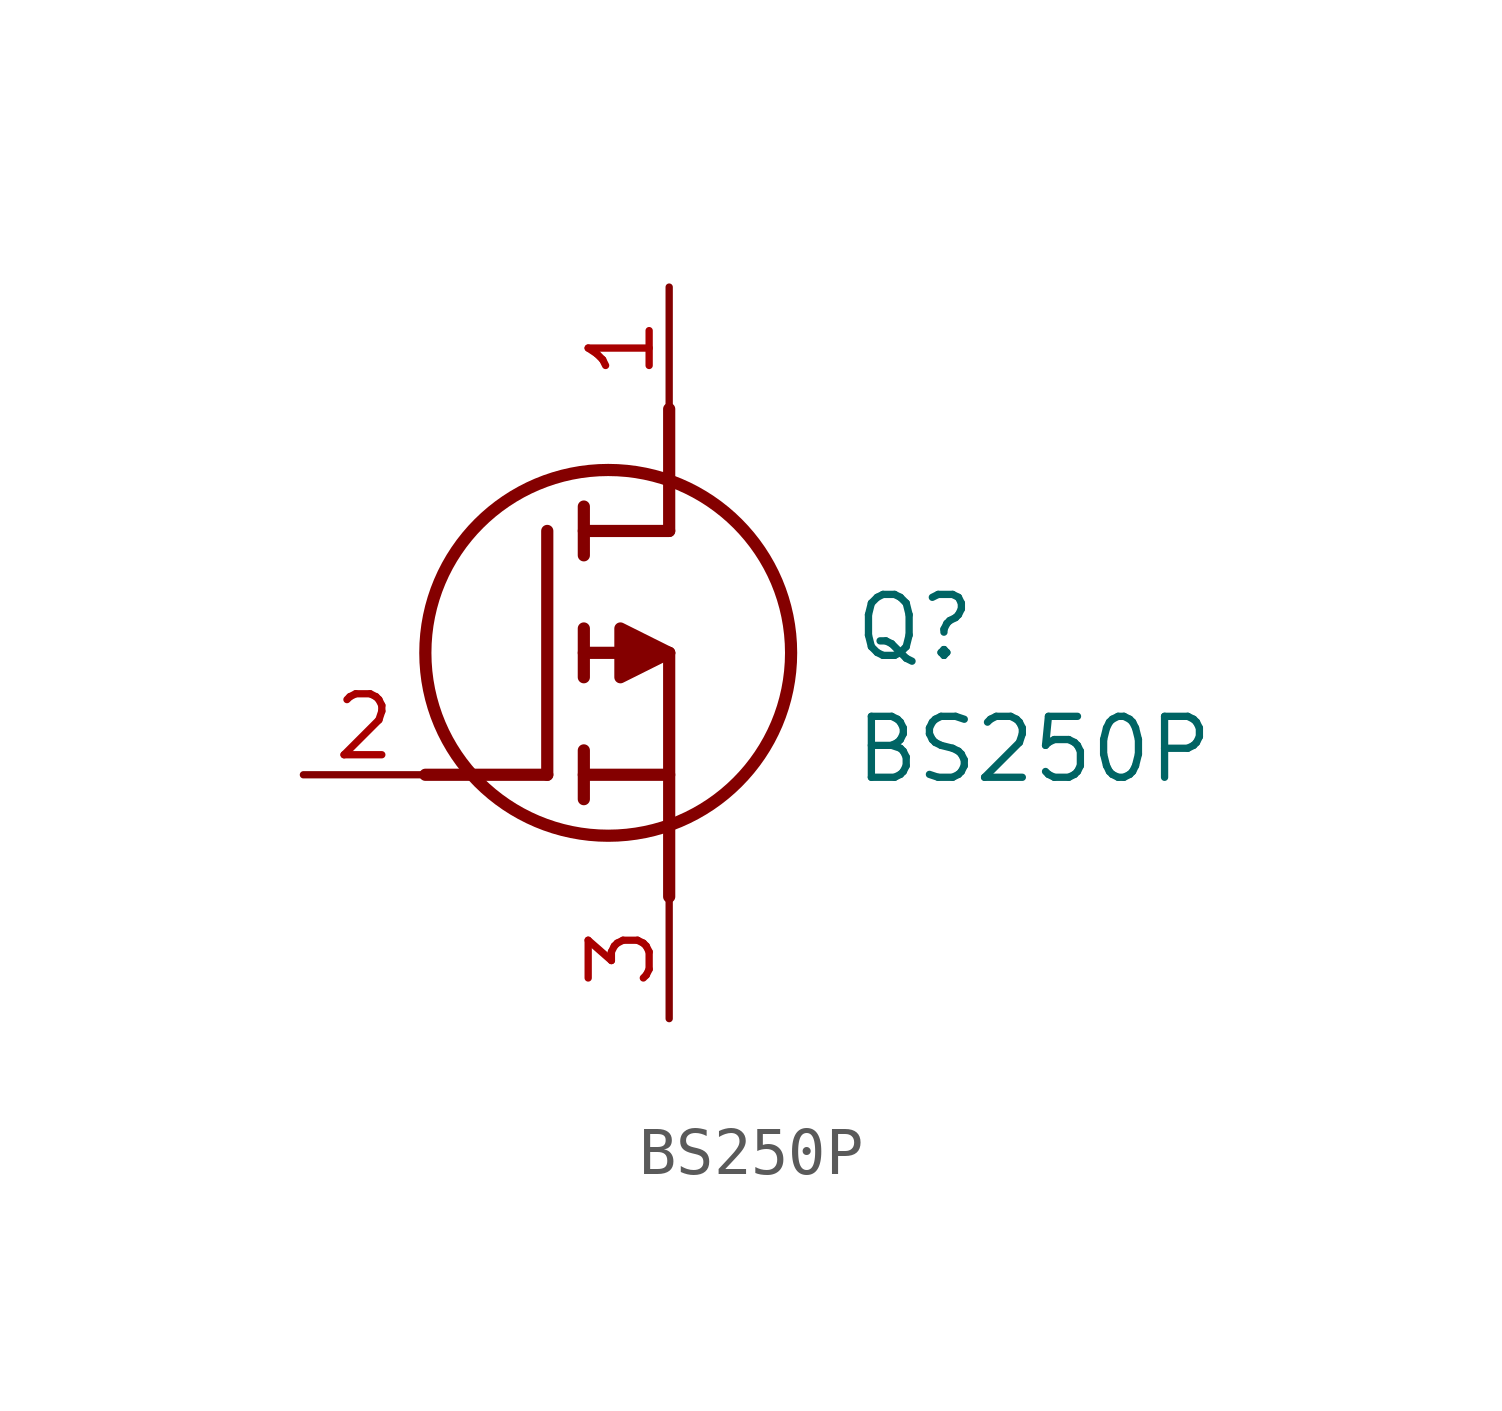
<source format=kicad_sym>
(kicad_symbol_lib
  (version 20211014)
  (generator SamacSys_ECAD_Model)
  (symbol "BS250P"
    (pin_names hide)
    (property "Reference" "Q"
      (at 11.43 3.81 0)
      (effects (font (size 1.27 1.27)) (justify left top)))
    (property "Value" "BS250P"
      (at 11.43 1.27 0)
      (effects (font (size 1.27 1.27)) (justify left top)))
    (polyline
      (pts (xy 7.62 2.54) (xy 7.62 -2.54))
      (stroke (width 0.254) (type default))
      (fill (type none)))
    (polyline
      (pts (xy 7.62 5.08) (xy 7.62 7.62))
      (stroke (width 0.254) (type default))
      (fill (type none)))
    (polyline
      (pts (xy 2.54 0) (xy 5.08 0))
      (stroke (width 0.254) (type default))
      (fill (type none)))
    (polyline
      (pts (xy 5.08 5.08) (xy 5.08 0))
      (stroke (width 0.254) (type default))
      (fill (type none)))
    (polyline
      (pts (xy 7.62 2.54) (xy 5.842 2.54))
      (stroke (width 0.254) (type default))
      (fill (type none)))
    (polyline
      (pts (xy 7.62 5.08) (xy 5.842 5.08))
      (stroke (width 0.254) (type default))
      (fill (type none)))
    (polyline
      (pts (xy 5.842 0) (xy 7.62 0))
      (stroke (width 0.254) (type default))
      (fill (type none)))
    (polyline
      (pts (xy 5.842 5.588) (xy 5.842 4.572))
      (stroke (width 0.254) (type default))
      (fill (type none)))
    (polyline
      (pts (xy 5.842 -0.508) (xy 5.842 0.508))
      (stroke (width 0.254) (type default))
      (fill (type none)))
    (polyline
      (pts (xy 5.842 2.032) (xy 5.842 3.048))
      (stroke (width 0.254) (type default))
      (fill (type none)))
    (circle
      (center 6.35 2.54)
      (radius 3.81)
      (stroke (width 0.254) (type default))
      (fill (type none)))
    (polyline
      (pts (xy 7.62 2.54) (xy 6.604 3.048) (xy 6.604 2.032) (xy 7.62 2.54))
      (stroke (width 0.254) (type default))
      (fill (type outline)))
    (pin passive line
      (at 0 0 0)
      (length 2.54)
      (name "G" (effects (font (size 1.27 1.27))))
      (number "2" (effects (font (size 1.27 1.27)))))
    (pin passive line
      (at 7.62 10.16 270)
      (length 2.54)
      (name "D" (effects (font (size 1.27 1.27))))
      (number "1" (effects (font (size 1.27 1.27)))))
    (pin passive line
      (at 7.62 -5.08 90)
      (length 2.54)
      (name "S" (effects (font (size 1.27 1.27))))
      (number "3" (effects (font (size 1.27 1.27)))))))
</source>
